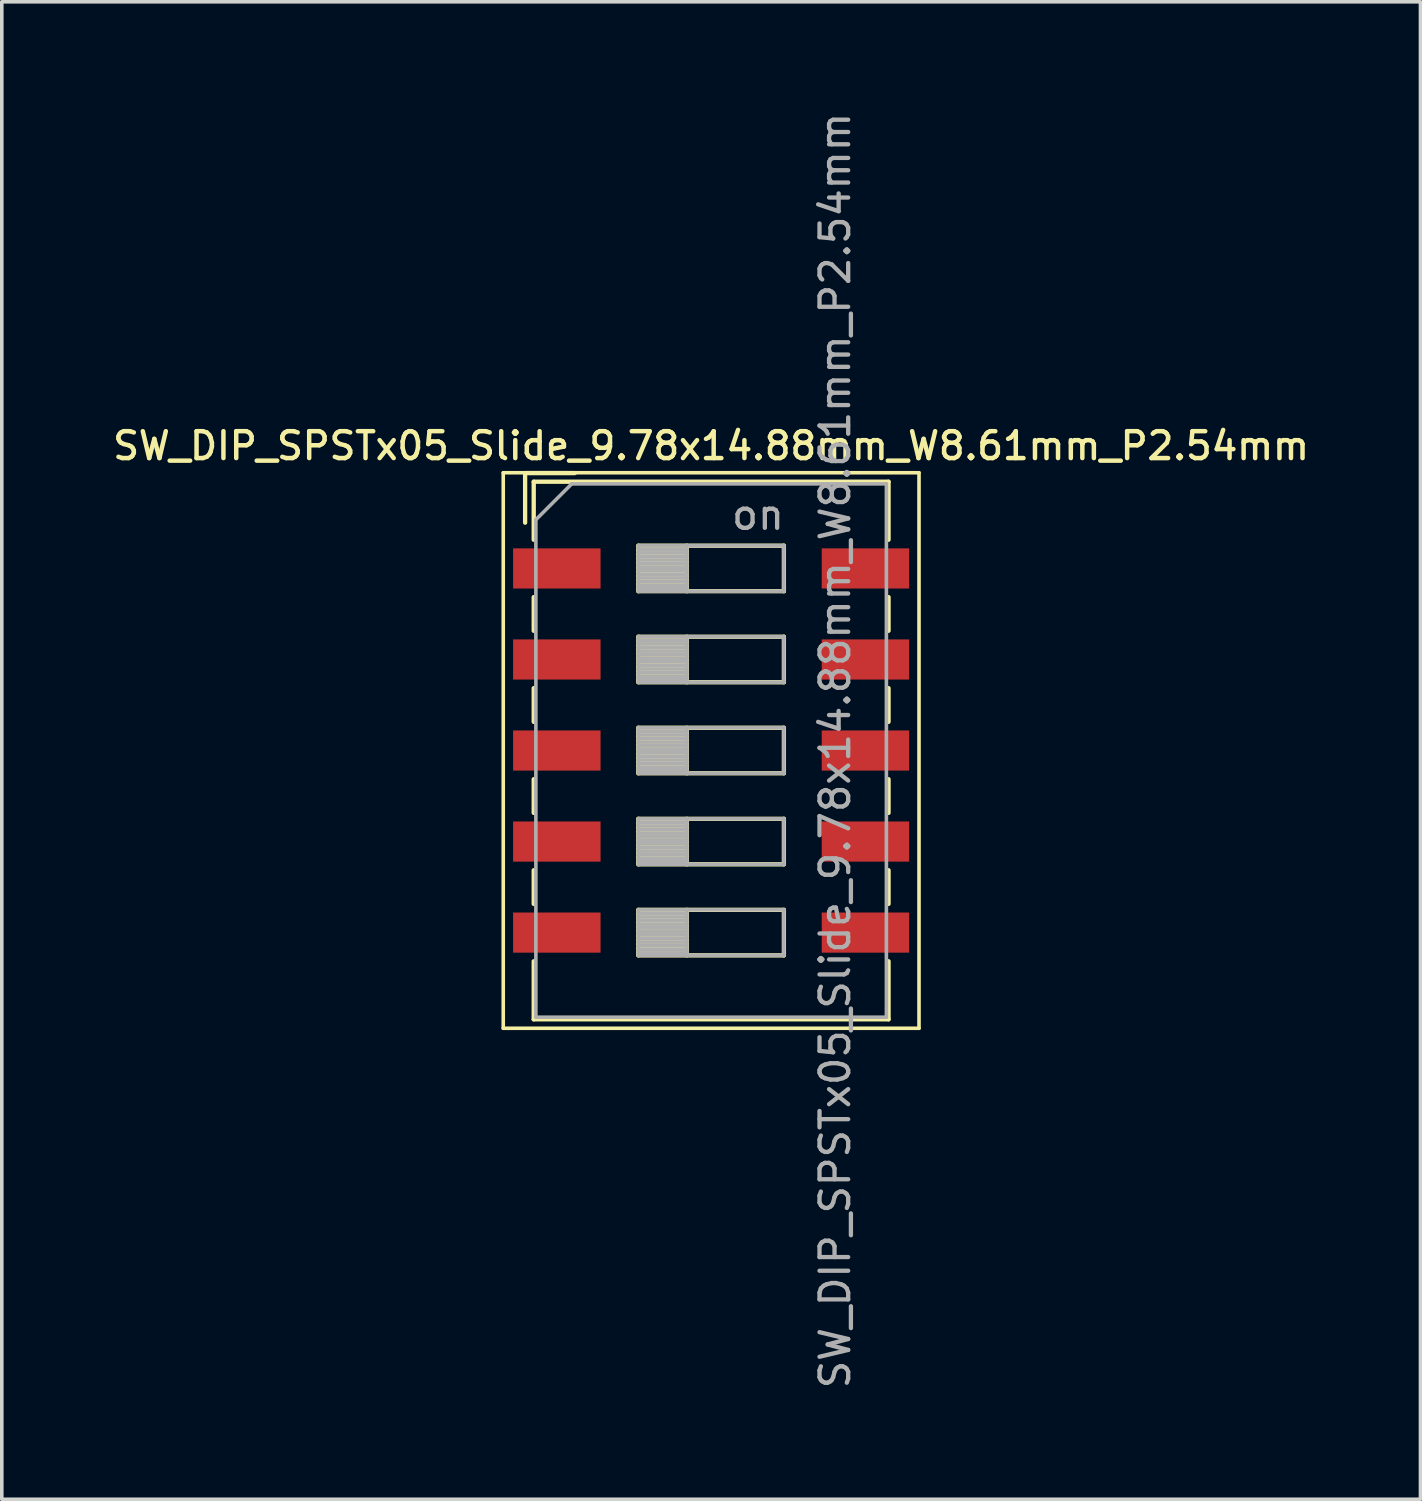
<source format=kicad_pcb>
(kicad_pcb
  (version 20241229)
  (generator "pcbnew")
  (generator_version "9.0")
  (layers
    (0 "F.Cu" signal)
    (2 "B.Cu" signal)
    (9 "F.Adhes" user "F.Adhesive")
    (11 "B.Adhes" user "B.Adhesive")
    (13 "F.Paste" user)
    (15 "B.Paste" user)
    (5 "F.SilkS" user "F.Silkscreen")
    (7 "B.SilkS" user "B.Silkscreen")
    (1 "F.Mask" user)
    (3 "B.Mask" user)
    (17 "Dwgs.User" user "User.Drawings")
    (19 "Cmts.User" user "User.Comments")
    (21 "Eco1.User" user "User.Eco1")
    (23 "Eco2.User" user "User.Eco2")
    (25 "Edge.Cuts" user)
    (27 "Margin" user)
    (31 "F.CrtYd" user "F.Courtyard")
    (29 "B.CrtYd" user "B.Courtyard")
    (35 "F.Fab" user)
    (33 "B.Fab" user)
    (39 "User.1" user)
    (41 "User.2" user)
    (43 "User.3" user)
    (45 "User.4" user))
  (footprint "SW_DIP_SPSTx05_Slide_9.78x14.88mm_W8.61mm_P2.54mm"
    (layer "F.Cu")
    (at 16.791 17.89)
    (property "Reference" "SW_DIP_SPSTx05_Slide_9.78x14.88mm_W8.61mm_P2.54mm" (at 0 -8.5 0) (layer "F.SilkS") (effects (font (size 0.75 0.75) (thickness 0.125))))
    (attr smd)
    (fp_line (start -5.8 -7.75) (end -5.8 7.75) (stroke (width 0.1) (type solid)) (layer "F.SilkS"))
    (fp_line (start -5.8 7.75) (end 5.8 7.75) (stroke (width 0.1) (type solid)) (layer "F.SilkS"))
    (fp_line (start -5.19 -7.74) (end -5.19 -6.357) (stroke (width 0.12) (type solid)) (layer "F.SilkS"))
    (fp_line (start -5.19 -7.74) (end -3.806 -7.74) (stroke (width 0.12) (type solid)) (layer "F.SilkS"))
    (fp_line (start -4.95 -7.5) (end -4.95 -5.88) (stroke (width 0.12) (type solid)) (layer "F.SilkS"))
    (fp_line (start -4.95 -7.5) (end 4.95 -7.5) (stroke (width 0.12) (type solid)) (layer "F.SilkS"))
    (fp_line (start -4.95 -4.28) (end -4.95 -3.34) (stroke (width 0.12) (type solid)) (layer "F.SilkS"))
    (fp_line (start -4.95 -1.74) (end -4.95 -0.8) (stroke (width 0.12) (type solid)) (layer "F.SilkS"))
    (fp_line (start -4.95 0.8) (end -4.95 1.74) (stroke (width 0.12) (type solid)) (layer "F.SilkS"))
    (fp_line (start -4.95 3.34) (end -4.95 4.28) (stroke (width 0.12) (type solid)) (layer "F.SilkS"))
    (fp_line (start -4.95 5.88) (end -4.95 7.5) (stroke (width 0.12) (type solid)) (layer "F.SilkS"))
    (fp_line (start -4.95 7.5) (end 4.95 7.5) (stroke (width 0.12) (type solid)) (layer "F.SilkS"))
    (fp_line (start -2.03 -5.715) (end -2.03 -4.445) (stroke (width 0.12) (type solid)) (layer "F.SilkS"))
    (fp_line (start -2.03 -5.595) (end -0.677 -5.595) (stroke (width 0.12) (type solid)) (layer "F.SilkS"))
    (fp_line (start -2.03 -5.475) (end -0.677 -5.475) (stroke (width 0.12) (type solid)) (layer "F.SilkS"))
    (fp_line (start -2.03 -5.355) (end -0.677 -5.355) (stroke (width 0.12) (type solid)) (layer "F.SilkS"))
    (fp_line (start -2.03 -5.235) (end -0.677 -5.235) (stroke (width 0.12) (type solid)) (layer "F.SilkS"))
    (fp_line (start -2.03 -5.115) (end -0.677 -5.115) (stroke (width 0.12) (type solid)) (layer "F.SilkS"))
    (fp_line (start -2.03 -4.995) (end -0.677 -4.995) (stroke (width 0.12) (type solid)) (layer "F.SilkS"))
    (fp_line (start -2.03 -4.875) (end -0.677 -4.875) (stroke (width 0.12) (type solid)) (layer "F.SilkS"))
    (fp_line (start -2.03 -4.755) (end -0.677 -4.755) (stroke (width 0.12) (type solid)) (layer "F.SilkS"))
    (fp_line (start -2.03 -4.635) (end -0.677 -4.635) (stroke (width 0.12) (type solid)) (layer "F.SilkS"))
    (fp_line (start -2.03 -4.515) (end -0.677 -4.515) (stroke (width 0.12) (type solid)) (layer "F.SilkS"))
    (fp_line (start -2.03 -4.445) (end 2.03 -4.445) (stroke (width 0.12) (type solid)) (layer "F.SilkS"))
    (fp_line (start -2.03 -3.175) (end -2.03 -1.905) (stroke (width 0.12) (type solid)) (layer "F.SilkS"))
    (fp_line (start -2.03 -3.055) (end -0.677 -3.055) (stroke (width 0.12) (type solid)) (layer "F.SilkS"))
    (fp_line (start -2.03 -2.935) (end -0.677 -2.935) (stroke (width 0.12) (type solid)) (layer "F.SilkS"))
    (fp_line (start -2.03 -2.815) (end -0.677 -2.815) (stroke (width 0.12) (type solid)) (layer "F.SilkS"))
    (fp_line (start -2.03 -2.695) (end -0.677 -2.695) (stroke (width 0.12) (type solid)) (layer "F.SilkS"))
    (fp_line (start -2.03 -2.575) (end -0.677 -2.575) (stroke (width 0.12) (type solid)) (layer "F.SilkS"))
    (fp_line (start -2.03 -2.455) (end -0.677 -2.455) (stroke (width 0.12) (type solid)) (layer "F.SilkS"))
    (fp_line (start -2.03 -2.335) (end -0.677 -2.335) (stroke (width 0.12) (type solid)) (layer "F.SilkS"))
    (fp_line (start -2.03 -2.215) (end -0.677 -2.215) (stroke (width 0.12) (type solid)) (layer "F.SilkS"))
    (fp_line (start -2.03 -2.095) (end -0.677 -2.095) (stroke (width 0.12) (type solid)) (layer "F.SilkS"))
    (fp_line (start -2.03 -1.975) (end -0.677 -1.975) (stroke (width 0.12) (type solid)) (layer "F.SilkS"))
    (fp_line (start -2.03 -1.905) (end 2.03 -1.905) (stroke (width 0.12) (type solid)) (layer "F.SilkS"))
    (fp_line (start -2.03 -0.635) (end -2.03 0.635) (stroke (width 0.12) (type solid)) (layer "F.SilkS"))
    (fp_line (start -2.03 -0.515) (end -0.677 -0.515) (stroke (width 0.12) (type solid)) (layer "F.SilkS"))
    (fp_line (start -2.03 -0.395) (end -0.677 -0.395) (stroke (width 0.12) (type solid)) (layer "F.SilkS"))
    (fp_line (start -2.03 -0.275) (end -0.677 -0.275) (stroke (width 0.12) (type solid)) (layer "F.SilkS"))
    (fp_line (start -2.03 -0.155) (end -0.677 -0.155) (stroke (width 0.12) (type solid)) (layer "F.SilkS"))
    (fp_line (start -2.03 -0.035) (end -0.677 -0.035) (stroke (width 0.12) (type solid)) (layer "F.SilkS"))
    (fp_line (start -2.03 0.085) (end -0.677 0.085) (stroke (width 0.12) (type solid)) (layer "F.SilkS"))
    (fp_line (start -2.03 0.205) (end -0.677 0.205) (stroke (width 0.12) (type solid)) (layer "F.SilkS"))
    (fp_line (start -2.03 0.325) (end -0.677 0.325) (stroke (width 0.12) (type solid)) (layer "F.SilkS"))
    (fp_line (start -2.03 0.445) (end -0.677 0.445) (stroke (width 0.12) (type solid)) (layer "F.SilkS"))
    (fp_line (start -2.03 0.565) (end -0.677 0.565) (stroke (width 0.12) (type solid)) (layer "F.SilkS"))
    (fp_line (start -2.03 0.635) (end 2.03 0.635) (stroke (width 0.12) (type solid)) (layer "F.SilkS"))
    (fp_line (start -2.03 1.905) (end -2.03 3.175) (stroke (width 0.12) (type solid)) (layer "F.SilkS"))
    (fp_line (start -2.03 2.025) (end -0.677 2.025) (stroke (width 0.12) (type solid)) (layer "F.SilkS"))
    (fp_line (start -2.03 2.145) (end -0.677 2.145) (stroke (width 0.12) (type solid)) (layer "F.SilkS"))
    (fp_line (start -2.03 2.265) (end -0.677 2.265) (stroke (width 0.12) (type solid)) (layer "F.SilkS"))
    (fp_line (start -2.03 2.385) (end -0.677 2.385) (stroke (width 0.12) (type solid)) (layer "F.SilkS"))
    (fp_line (start -2.03 2.505) (end -0.677 2.505) (stroke (width 0.12) (type solid)) (layer "F.SilkS"))
    (fp_line (start -2.03 2.625) (end -0.677 2.625) (stroke (width 0.12) (type solid)) (layer "F.SilkS"))
    (fp_line (start -2.03 2.745) (end -0.677 2.745) (stroke (width 0.12) (type solid)) (layer "F.SilkS"))
    (fp_line (start -2.03 2.865) (end -0.677 2.865) (stroke (width 0.12) (type solid)) (layer "F.SilkS"))
    (fp_line (start -2.03 2.985) (end -0.677 2.985) (stroke (width 0.12) (type solid)) (layer "F.SilkS"))
    (fp_line (start -2.03 3.105) (end -0.677 3.105) (stroke (width 0.12) (type solid)) (layer "F.SilkS"))
    (fp_line (start -2.03 3.175) (end 2.03 3.175) (stroke (width 0.12) (type solid)) (layer "F.SilkS"))
    (fp_line (start -2.03 4.445) (end -2.03 5.715) (stroke (width 0.12) (type solid)) (layer "F.SilkS"))
    (fp_line (start -2.03 4.565) (end -0.677 4.565) (stroke (width 0.12) (type solid)) (layer "F.SilkS"))
    (fp_line (start -2.03 4.685) (end -0.677 4.685) (stroke (width 0.12) (type solid)) (layer "F.SilkS"))
    (fp_line (start -2.03 4.805) (end -0.677 4.805) (stroke (width 0.12) (type solid)) (layer "F.SilkS"))
    (fp_line (start -2.03 4.925) (end -0.677 4.925) (stroke (width 0.12) (type solid)) (layer "F.SilkS"))
    (fp_line (start -2.03 5.045) (end -0.677 5.045) (stroke (width 0.12) (type solid)) (layer "F.SilkS"))
    (fp_line (start -2.03 5.165) (end -0.677 5.165) (stroke (width 0.12) (type solid)) (layer "F.SilkS"))
    (fp_line (start -2.03 5.285) (end -0.677 5.285) (stroke (width 0.12) (type solid)) (layer "F.SilkS"))
    (fp_line (start -2.03 5.405) (end -0.677 5.405) (stroke (width 0.12) (type solid)) (layer "F.SilkS"))
    (fp_line (start -2.03 5.525) (end -0.677 5.525) (stroke (width 0.12) (type solid)) (layer "F.SilkS"))
    (fp_line (start -2.03 5.645) (end -0.677 5.645) (stroke (width 0.12) (type solid)) (layer "F.SilkS"))
    (fp_line (start -2.03 5.715) (end 2.03 5.715) (stroke (width 0.12) (type solid)) (layer "F.SilkS"))
    (fp_line (start -0.677 -5.715) (end -0.677 -4.445) (stroke (width 0.12) (type solid)) (layer "F.SilkS"))
    (fp_line (start -0.677 -3.175) (end -0.677 -1.905) (stroke (width 0.12) (type solid)) (layer "F.SilkS"))
    (fp_line (start -0.677 -0.635) (end -0.677 0.635) (stroke (width 0.12) (type solid)) (layer "F.SilkS"))
    (fp_line (start -0.677 1.905) (end -0.677 3.175) (stroke (width 0.12) (type solid)) (layer "F.SilkS"))
    (fp_line (start -0.677 4.445) (end -0.677 5.715) (stroke (width 0.12) (type solid)) (layer "F.SilkS"))
    (fp_line (start 2.03 -5.715) (end -2.03 -5.715) (stroke (width 0.12) (type solid)) (layer "F.SilkS"))
    (fp_line (start 2.03 -4.445) (end 2.03 -5.715) (stroke (width 0.12) (type solid)) (layer "F.SilkS"))
    (fp_line (start 2.03 -3.175) (end -2.03 -3.175) (stroke (width 0.12) (type solid)) (layer "F.SilkS"))
    (fp_line (start 2.03 -1.905) (end 2.03 -3.175) (stroke (width 0.12) (type solid)) (layer "F.SilkS"))
    (fp_line (start 2.03 -0.635) (end -2.03 -0.635) (stroke (width 0.12) (type solid)) (layer "F.SilkS"))
    (fp_line (start 2.03 0.635) (end 2.03 -0.635) (stroke (width 0.12) (type solid)) (layer "F.SilkS"))
    (fp_line (start 2.03 1.905) (end -2.03 1.905) (stroke (width 0.12) (type solid)) (layer "F.SilkS"))
    (fp_line (start 2.03 3.175) (end 2.03 1.905) (stroke (width 0.12) (type solid)) (layer "F.SilkS"))
    (fp_line (start 2.03 4.445) (end -2.03 4.445) (stroke (width 0.12) (type solid)) (layer "F.SilkS"))
    (fp_line (start 2.03 5.715) (end 2.03 4.445) (stroke (width 0.12) (type solid)) (layer "F.SilkS"))
    (fp_line (start 4.95 -7.5) (end 4.95 -5.88) (stroke (width 0.12) (type solid)) (layer "F.SilkS"))
    (fp_line (start 4.95 -4.28) (end 4.95 -3.34) (stroke (width 0.12) (type solid)) (layer "F.SilkS"))
    (fp_line (start 4.95 -1.74) (end 4.95 -0.8) (stroke (width 0.12) (type solid)) (layer "F.SilkS"))
    (fp_line (start 4.95 0.8) (end 4.95 1.74) (stroke (width 0.12) (type solid)) (layer "F.SilkS"))
    (fp_line (start 4.95 3.34) (end 4.95 4.28) (stroke (width 0.12) (type solid)) (layer "F.SilkS"))
    (fp_line (start 4.95 5.88) (end 4.95 7.5) (stroke (width 0.12) (type solid)) (layer "F.SilkS"))
    (fp_line (start 5.8 -7.75) (end -5.8 -7.75) (stroke (width 0.1) (type solid)) (layer "F.SilkS"))
    (fp_line (start 5.8 7.75) (end 5.8 -7.75) (stroke (width 0.1) (type solid)) (layer "F.SilkS"))
    (fp_line (start -4.89 -6.44) (end -3.89 -7.44) (stroke (width 0.1) (type solid)) (layer "F.Fab"))
    (fp_line (start -4.89 7.44) (end -4.89 -6.44) (stroke (width 0.1) (type solid)) (layer "F.Fab"))
    (fp_line (start -3.89 -7.44) (end 4.89 -7.44) (stroke (width 0.1) (type solid)) (layer "F.Fab"))
    (fp_line (start -2.03 -5.715) (end -2.03 -4.445) (stroke (width 0.1) (type solid)) (layer "F.Fab"))
    (fp_line (start -2.03 -5.615) (end -0.677 -5.615) (stroke (width 0.1) (type solid)) (layer "F.Fab"))
    (fp_line (start -2.03 -5.515) (end -0.677 -5.515) (stroke (width 0.1) (type solid)) (layer "F.Fab"))
    (fp_line (start -2.03 -5.415) (end -0.677 -5.415) (stroke (width 0.1) (type solid)) (layer "F.Fab"))
    (fp_line (start -2.03 -5.315) (end -0.677 -5.315) (stroke (width 0.1) (type solid)) (layer "F.Fab"))
    (fp_line (start -2.03 -5.215) (end -0.677 -5.215) (stroke (width 0.1) (type solid)) (layer "F.Fab"))
    (fp_line (start -2.03 -5.115) (end -0.677 -5.115) (stroke (width 0.1) (type solid)) (layer "F.Fab"))
    (fp_line (start -2.03 -5.015) (end -0.677 -5.015) (stroke (width 0.1) (type solid)) (layer "F.Fab"))
    (fp_line (start -2.03 -4.915) (end -0.677 -4.915) (stroke (width 0.1) (type solid)) (layer "F.Fab"))
    (fp_line (start -2.03 -4.815) (end -0.677 -4.815) (stroke (width 0.1) (type solid)) (layer "F.Fab"))
    (fp_line (start -2.03 -4.715) (end -0.677 -4.715) (stroke (width 0.1) (type solid)) (layer "F.Fab"))
    (fp_line (start -2.03 -4.615) (end -0.677 -4.615) (stroke (width 0.1) (type solid)) (layer "F.Fab"))
    (fp_line (start -2.03 -4.515) (end -0.677 -4.515) (stroke (width 0.1) (type solid)) (layer "F.Fab"))
    (fp_line (start -2.03 -4.445) (end 2.03 -4.445) (stroke (width 0.1) (type solid)) (layer "F.Fab"))
    (fp_line (start -2.03 -3.175) (end -2.03 -1.905) (stroke (width 0.1) (type solid)) (layer "F.Fab"))
    (fp_line (start -2.03 -3.075) (end -0.677 -3.075) (stroke (width 0.1) (type solid)) (layer "F.Fab"))
    (fp_line (start -2.03 -2.975) (end -0.677 -2.975) (stroke (width 0.1) (type solid)) (layer "F.Fab"))
    (fp_line (start -2.03 -2.875) (end -0.677 -2.875) (stroke (width 0.1) (type solid)) (layer "F.Fab"))
    (fp_line (start -2.03 -2.775) (end -0.677 -2.775) (stroke (width 0.1) (type solid)) (layer "F.Fab"))
    (fp_line (start -2.03 -2.675) (end -0.677 -2.675) (stroke (width 0.1) (type solid)) (layer "F.Fab"))
    (fp_line (start -2.03 -2.575) (end -0.677 -2.575) (stroke (width 0.1) (type solid)) (layer "F.Fab"))
    (fp_line (start -2.03 -2.475) (end -0.677 -2.475) (stroke (width 0.1) (type solid)) (layer "F.Fab"))
    (fp_line (start -2.03 -2.375) (end -0.677 -2.375) (stroke (width 0.1) (type solid)) (layer "F.Fab"))
    (fp_line (start -2.03 -2.275) (end -0.677 -2.275) (stroke (width 0.1) (type solid)) (layer "F.Fab"))
    (fp_line (start -2.03 -2.175) (end -0.677 -2.175) (stroke (width 0.1) (type solid)) (layer "F.Fab"))
    (fp_line (start -2.03 -2.075) (end -0.677 -2.075) (stroke (width 0.1) (type solid)) (layer "F.Fab"))
    (fp_line (start -2.03 -1.975) (end -0.677 -1.975) (stroke (width 0.1) (type solid)) (layer "F.Fab"))
    (fp_line (start -2.03 -1.905) (end 2.03 -1.905) (stroke (width 0.1) (type solid)) (layer "F.Fab"))
    (fp_line (start -2.03 -0.635) (end -2.03 0.635) (stroke (width 0.1) (type solid)) (layer "F.Fab"))
    (fp_line (start -2.03 -0.535) (end -0.677 -0.535) (stroke (width 0.1) (type solid)) (layer "F.Fab"))
    (fp_line (start -2.03 -0.435) (end -0.677 -0.435) (stroke (width 0.1) (type solid)) (layer "F.Fab"))
    (fp_line (start -2.03 -0.335) (end -0.677 -0.335) (stroke (width 0.1) (type solid)) (layer "F.Fab"))
    (fp_line (start -2.03 -0.235) (end -0.677 -0.235) (stroke (width 0.1) (type solid)) (layer "F.Fab"))
    (fp_line (start -2.03 -0.135) (end -0.677 -0.135) (stroke (width 0.1) (type solid)) (layer "F.Fab"))
    (fp_line (start -2.03 -0.035) (end -0.677 -0.035) (stroke (width 0.1) (type solid)) (layer "F.Fab"))
    (fp_line (start -2.03 0.065) (end -0.677 0.065) (stroke (width 0.1) (type solid)) (layer "F.Fab"))
    (fp_line (start -2.03 0.165) (end -0.677 0.165) (stroke (width 0.1) (type solid)) (layer "F.Fab"))
    (fp_line (start -2.03 0.265) (end -0.677 0.265) (stroke (width 0.1) (type solid)) (layer "F.Fab"))
    (fp_line (start -2.03 0.365) (end -0.677 0.365) (stroke (width 0.1) (type solid)) (layer "F.Fab"))
    (fp_line (start -2.03 0.465) (end -0.677 0.465) (stroke (width 0.1) (type solid)) (layer "F.Fab"))
    (fp_line (start -2.03 0.565) (end -0.677 0.565) (stroke (width 0.1) (type solid)) (layer "F.Fab"))
    (fp_line (start -2.03 0.635) (end 2.03 0.635) (stroke (width 0.1) (type solid)) (layer "F.Fab"))
    (fp_line (start -2.03 1.905) (end -2.03 3.175) (stroke (width 0.1) (type solid)) (layer "F.Fab"))
    (fp_line (start -2.03 2.005) (end -0.677 2.005) (stroke (width 0.1) (type solid)) (layer "F.Fab"))
    (fp_line (start -2.03 2.105) (end -0.677 2.105) (stroke (width 0.1) (type solid)) (layer "F.Fab"))
    (fp_line (start -2.03 2.205) (end -0.677 2.205) (stroke (width 0.1) (type solid)) (layer "F.Fab"))
    (fp_line (start -2.03 2.305) (end -0.677 2.305) (stroke (width 0.1) (type solid)) (layer "F.Fab"))
    (fp_line (start -2.03 2.405) (end -0.677 2.405) (stroke (width 0.1) (type solid)) (layer "F.Fab"))
    (fp_line (start -2.03 2.505) (end -0.677 2.505) (stroke (width 0.1) (type solid)) (layer "F.Fab"))
    (fp_line (start -2.03 2.605) (end -0.677 2.605) (stroke (width 0.1) (type solid)) (layer "F.Fab"))
    (fp_line (start -2.03 2.705) (end -0.677 2.705) (stroke (width 0.1) (type solid)) (layer "F.Fab"))
    (fp_line (start -2.03 2.805) (end -0.677 2.805) (stroke (width 0.1) (type solid)) (layer "F.Fab"))
    (fp_line (start -2.03 2.905) (end -0.677 2.905) (stroke (width 0.1) (type solid)) (layer "F.Fab"))
    (fp_line (start -2.03 3.005) (end -0.677 3.005) (stroke (width 0.1) (type solid)) (layer "F.Fab"))
    (fp_line (start -2.03 3.105) (end -0.677 3.105) (stroke (width 0.1) (type solid)) (layer "F.Fab"))
    (fp_line (start -2.03 3.175) (end 2.03 3.175) (stroke (width 0.1) (type solid)) (layer "F.Fab"))
    (fp_line (start -2.03 4.445) (end -2.03 5.715) (stroke (width 0.1) (type solid)) (layer "F.Fab"))
    (fp_line (start -2.03 4.545) (end -0.677 4.545) (stroke (width 0.1) (type solid)) (layer "F.Fab"))
    (fp_line (start -2.03 4.645) (end -0.677 4.645) (stroke (width 0.1) (type solid)) (layer "F.Fab"))
    (fp_line (start -2.03 4.745) (end -0.677 4.745) (stroke (width 0.1) (type solid)) (layer "F.Fab"))
    (fp_line (start -2.03 4.845) (end -0.677 4.845) (stroke (width 0.1) (type solid)) (layer "F.Fab"))
    (fp_line (start -2.03 4.945) (end -0.677 4.945) (stroke (width 0.1) (type solid)) (layer "F.Fab"))
    (fp_line (start -2.03 5.045) (end -0.677 5.045) (stroke (width 0.1) (type solid)) (layer "F.Fab"))
    (fp_line (start -2.03 5.145) (end -0.677 5.145) (stroke (width 0.1) (type solid)) (layer "F.Fab"))
    (fp_line (start -2.03 5.245) (end -0.677 5.245) (stroke (width 0.1) (type solid)) (layer "F.Fab"))
    (fp_line (start -2.03 5.345) (end -0.677 5.345) (stroke (width 0.1) (type solid)) (layer "F.Fab"))
    (fp_line (start -2.03 5.445) (end -0.677 5.445) (stroke (width 0.1) (type solid)) (layer "F.Fab"))
    (fp_line (start -2.03 5.545) (end -0.677 5.545) (stroke (width 0.1) (type solid)) (layer "F.Fab"))
    (fp_line (start -2.03 5.645) (end -0.677 5.645) (stroke (width 0.1) (type solid)) (layer "F.Fab"))
    (fp_line (start -2.03 5.715) (end 2.03 5.715) (stroke (width 0.1) (type solid)) (layer "F.Fab"))
    (fp_line (start -0.677 -5.715) (end -0.677 -4.445) (stroke (width 0.1) (type solid)) (layer "F.Fab"))
    (fp_line (start -0.677 -3.175) (end -0.677 -1.905) (stroke (width 0.1) (type solid)) (layer "F.Fab"))
    (fp_line (start -0.677 -0.635) (end -0.677 0.635) (stroke (width 0.1) (type solid)) (layer "F.Fab"))
    (fp_line (start -0.677 1.905) (end -0.677 3.175) (stroke (width 0.1) (type solid)) (layer "F.Fab"))
    (fp_line (start -0.677 4.445) (end -0.677 5.715) (stroke (width 0.1) (type solid)) (layer "F.Fab"))
    (fp_line (start 2.03 -5.715) (end -2.03 -5.715) (stroke (width 0.1) (type solid)) (layer "F.Fab"))
    (fp_line (start 2.03 -4.445) (end 2.03 -5.715) (stroke (width 0.1) (type solid)) (layer "F.Fab"))
    (fp_line (start 2.03 -3.175) (end -2.03 -3.175) (stroke (width 0.1) (type solid)) (layer "F.Fab"))
    (fp_line (start 2.03 -1.905) (end 2.03 -3.175) (stroke (width 0.1) (type solid)) (layer "F.Fab"))
    (fp_line (start 2.03 -0.635) (end -2.03 -0.635) (stroke (width 0.1) (type solid)) (layer "F.Fab"))
    (fp_line (start 2.03 0.635) (end 2.03 -0.635) (stroke (width 0.1) (type solid)) (layer "F.Fab"))
    (fp_line (start 2.03 1.905) (end -2.03 1.905) (stroke (width 0.1) (type solid)) (layer "F.Fab"))
    (fp_line (start 2.03 3.175) (end 2.03 1.905) (stroke (width 0.1) (type solid)) (layer "F.Fab"))
    (fp_line (start 2.03 4.445) (end -2.03 4.445) (stroke (width 0.1) (type solid)) (layer "F.Fab"))
    (fp_line (start 2.03 5.715) (end 2.03 4.445) (stroke (width 0.1) (type solid)) (layer "F.Fab"))
    (fp_line (start 4.89 -7.44) (end 4.89 7.44) (stroke (width 0.1) (type solid)) (layer "F.Fab"))
    (fp_line (start 4.89 7.44) (end -4.89 7.44) (stroke (width 0.1) (type solid)) (layer "F.Fab"))
    (fp_text user "on" (at 1.308 -6.577 0) (layer "F.Fab") (effects (font (size 0.8 0.8) (thickness 0.12))))
    (fp_text user "${REFERENCE}" (at 3.46 0 90) (layer "F.Fab") (effects (font (size 0.8 0.8) (thickness 0.12))))
    (pad "1" smd rect (at -4.305 -5.08) (size 2.44 1.12) (layers "F.Cu" "F.Mask" "F.Paste"))
    (pad "2" smd rect (at -4.305 -2.54) (size 2.44 1.12) (layers "F.Cu" "F.Mask" "F.Paste"))
    (pad "3" smd rect (at -4.305 0) (size 2.44 1.12) (layers "F.Cu" "F.Mask" "F.Paste"))
    (pad "4" smd rect (at -4.305 2.54) (size 2.44 1.12) (layers "F.Cu" "F.Mask" "F.Paste"))
    (pad "5" smd rect (at -4.305 5.08) (size 2.44 1.12) (layers "F.Cu" "F.Mask" "F.Paste"))
    (pad "6" smd rect (at 4.305 5.08) (size 2.44 1.12) (layers "F.Cu" "F.Mask" "F.Paste"))
    (pad "7" smd rect (at 4.305 2.54) (size 2.44 1.12) (layers "F.Cu" "F.Mask" "F.Paste"))
    (pad "8" smd rect (at 4.305 0) (size 2.44 1.12) (layers "F.Cu" "F.Mask" "F.Paste"))
    (pad "9" smd rect (at 4.305 -2.54) (size 2.44 1.12) (layers "F.Cu" "F.Mask" "F.Paste"))
    (pad "10" smd rect (at 4.305 -5.08) (size 2.44 1.12) (layers "F.Cu" "F.Mask" "F.Paste")))
  (gr_rect
    (start -3 -3)
    (end 36.582 38.781)
    (stroke (width 0.1) (type default))
    (fill no)
    (layer "Edge.Cuts")))
</source>
